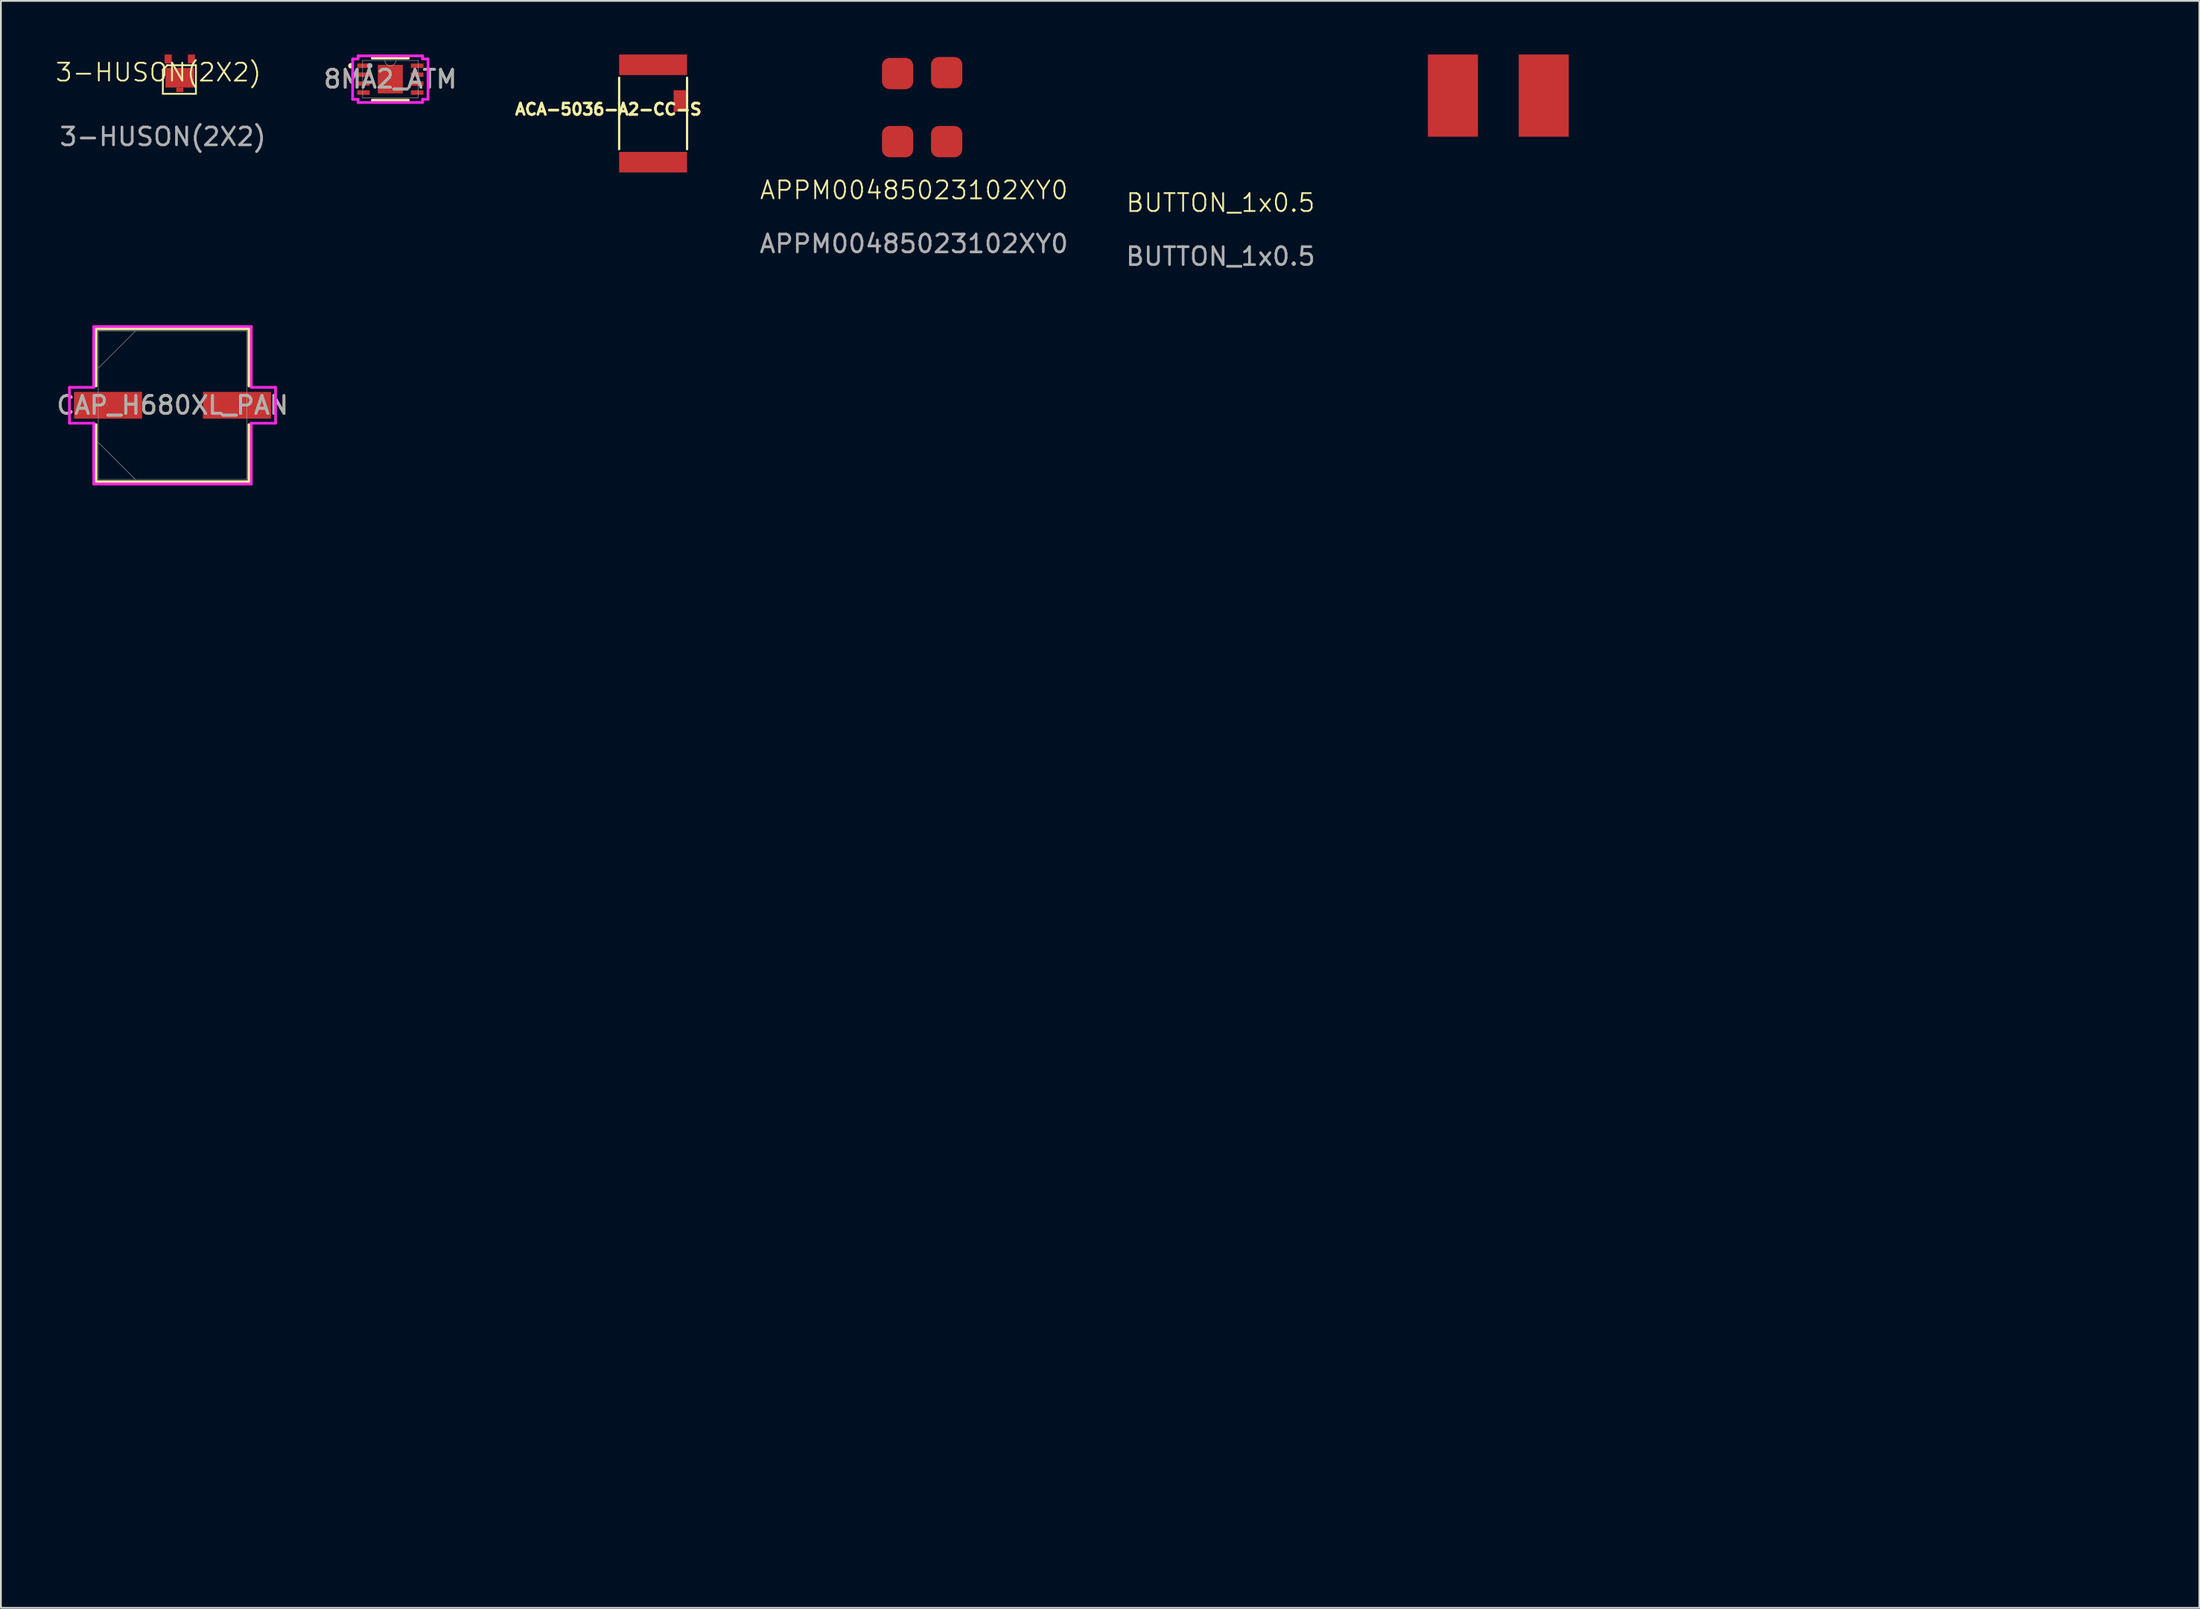
<source format=kicad_pcb>
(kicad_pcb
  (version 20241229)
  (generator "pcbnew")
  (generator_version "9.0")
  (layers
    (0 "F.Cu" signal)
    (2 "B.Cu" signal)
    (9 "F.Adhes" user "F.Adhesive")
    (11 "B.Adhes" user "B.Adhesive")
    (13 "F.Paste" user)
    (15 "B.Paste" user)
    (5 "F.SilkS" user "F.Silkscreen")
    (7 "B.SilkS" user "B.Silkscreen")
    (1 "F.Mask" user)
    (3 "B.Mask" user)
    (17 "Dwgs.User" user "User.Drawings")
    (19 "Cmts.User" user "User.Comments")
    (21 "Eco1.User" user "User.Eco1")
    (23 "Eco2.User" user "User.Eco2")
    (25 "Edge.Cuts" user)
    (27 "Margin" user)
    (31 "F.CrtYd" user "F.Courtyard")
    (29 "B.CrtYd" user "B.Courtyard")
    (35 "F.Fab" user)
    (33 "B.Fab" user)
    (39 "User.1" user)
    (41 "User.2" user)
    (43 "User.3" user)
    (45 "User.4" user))
  (footprint "CAP_H680XL_PAN"
    (layer "F.Cu")
    (at 6.601 19.631)
    (property "Reference" "CAP_H680XL_PAN" (at 0 0 0) (unlocked yes) (layer "F.SilkS") (effects (font (size 1 1) (thickness 0.15))))
    (attr smd)
    (fp_line (start -4.28 -4.28) (end -4.28 -1.082) (stroke (width 0.152) (type solid)) (layer "F.SilkS"))
    (fp_line (start -4.28 1.082) (end -4.28 4.28) (stroke (width 0.152) (type solid)) (layer "F.SilkS"))
    (fp_line (start -4.28 4.28) (end 4.28 4.28) (stroke (width 0.152) (type solid)) (layer "F.SilkS"))
    (fp_line (start 4.28 -4.28) (end -4.28 -4.28) (stroke (width 0.152) (type solid)) (layer "F.SilkS"))
    (fp_line (start 4.28 -1.082) (end 4.28 -4.28) (stroke (width 0.152) (type solid)) (layer "F.SilkS"))
    (fp_line (start 4.28 4.28) (end 4.28 1.082) (stroke (width 0.152) (type solid)) (layer "F.SilkS"))
    (fp_line (start -5.766 -1.003) (end -4.407 -1.003) (stroke (width 0.152) (type solid)) (layer "F.CrtYd"))
    (fp_line (start -5.766 1.003) (end -5.766 -1.003) (stroke (width 0.152) (type solid)) (layer "F.CrtYd"))
    (fp_line (start -4.407 -4.407) (end 4.407 -4.407) (stroke (width 0.152) (type solid)) (layer "F.CrtYd"))
    (fp_line (start -4.407 -1.003) (end -4.407 -4.407) (stroke (width 0.152) (type solid)) (layer "F.CrtYd"))
    (fp_line (start -4.407 1.003) (end -5.766 1.003) (stroke (width 0.152) (type solid)) (layer "F.CrtYd"))
    (fp_line (start -4.407 4.407) (end -4.407 1.003) (stroke (width 0.152) (type solid)) (layer "F.CrtYd"))
    (fp_line (start 4.407 -4.407) (end 4.407 -1.003) (stroke (width 0.152) (type solid)) (layer "F.CrtYd"))
    (fp_line (start 4.407 -1.003) (end 5.766 -1.003) (stroke (width 0.152) (type solid)) (layer "F.CrtYd"))
    (fp_line (start 4.407 1.003) (end 4.407 4.407) (stroke (width 0.152) (type solid)) (layer "F.CrtYd"))
    (fp_line (start 4.407 4.407) (end -4.407 4.407) (stroke (width 0.152) (type solid)) (layer "F.CrtYd"))
    (fp_line (start 5.766 -1.003) (end 5.766 1.003) (stroke (width 0.152) (type solid)) (layer "F.CrtYd"))
    (fp_line (start 5.766 1.003) (end 4.407 1.003) (stroke (width 0.152) (type solid)) (layer "F.CrtYd"))
    (fp_line (start -4.153 -4.153) (end -4.153 4.153) (stroke (width 0.025) (type solid)) (layer "F.Fab"))
    (fp_line (start -4.153 -2.076) (end -2.076 -4.153) (stroke (width 0.025) (type solid)) (layer "F.Fab"))
    (fp_line (start -4.153 2.076) (end -2.076 4.153) (stroke (width 0.025) (type solid)) (layer "F.Fab"))
    (fp_line (start -4.153 4.153) (end 4.153 4.153) (stroke (width 0.025) (type solid)) (layer "F.Fab"))
    (fp_line (start 4.153 -4.153) (end -4.153 -4.153) (stroke (width 0.025) (type solid)) (layer "F.Fab"))
    (fp_line (start 4.153 4.153) (end 4.153 -4.153) (stroke (width 0.025) (type solid)) (layer "F.Fab"))
    (fp_circle (center -3.645 0) (end -3.645 0) (stroke (width 0.025) (type solid)) (fill no) (layer "F.Fab"))
    (fp_text user "${REFERENCE}" (at 0 0 0) (unlocked yes) (layer "F.Fab") (effects (font (size 1 1) (thickness 0.15))))
    (pad "1" smd rect (at -3.607 0) (size 3.81 1.499) (layers "F.Cu" "F.Mask" "F.Paste"))
    (pad "2" smd rect (at 3.607 0) (size 3.81 1.499) (layers "F.Cu" "F.Mask" "F.Paste"))
    (zone (net_name "") (layer "F.Cu") (hatch full 0.508) (connect_pads) (min_thickness 0.254) (filled_areas_thickness no) (keepout (tracks not_allowed) (vias not_allowed) (pads allowed) (copperpour not_allowed) (footprints allowed)) (placement (enabled no)) (fill) (polygon (pts (xy 113.7 82.331) (xy 117.002 82.331) (xy 117.002 83.931) (xy 113.7 83.931)))))
  (footprint "8MA2_ATM"
    (layer "F.Cu")
    (at 18.788 1.38)
    (property "Reference" "8MA2_ATM" (at 0 0 0) (unlocked yes) (layer "F.SilkS") (effects (font (size 1 1) (thickness 0.15))))
    (attr smd)
    (fp_line (start -1.011 1.177) (end 1.011 1.177) (stroke (width 0.152) (type solid)) (layer "F.SilkS"))
    (fp_line (start 1.011 -1.177) (end -1.011 -1.177) (stroke (width 0.152) (type solid)) (layer "F.SilkS"))
    (fp_arc (start -2.18754 -0.676171) (mid -2.2826 -0.75) (end -2.18754 -0.823829) (stroke (width 0.1524) (type solid)) (layer "F.SilkS"))
    (fp_line (start -2.109 -1.129) (end -1.804 -1.129) (stroke (width 0.152) (type solid)) (layer "F.CrtYd"))
    (fp_line (start -2.109 1.129) (end -2.109 -1.129) (stroke (width 0.152) (type solid)) (layer "F.CrtYd"))
    (fp_line (start -2.109 1.129) (end -1.804 1.129) (stroke (width 0.152) (type solid)) (layer "F.CrtYd"))
    (fp_line (start -1.804 -1.304) (end 1.804 -1.304) (stroke (width 0.152) (type solid)) (layer "F.CrtYd"))
    (fp_line (start -1.804 -1.129) (end -1.804 -1.304) (stroke (width 0.152) (type solid)) (layer "F.CrtYd"))
    (fp_line (start -1.804 1.304) (end -1.804 1.129) (stroke (width 0.152) (type solid)) (layer "F.CrtYd"))
    (fp_line (start 1.804 -1.304) (end 1.804 -1.129) (stroke (width 0.152) (type solid)) (layer "F.CrtYd"))
    (fp_line (start 1.804 1.129) (end 1.804 1.304) (stroke (width 0.152) (type solid)) (layer "F.CrtYd"))
    (fp_line (start 1.804 1.304) (end -1.804 1.304) (stroke (width 0.152) (type solid)) (layer "F.CrtYd"))
    (fp_line (start 2.109 -1.129) (end 1.804 -1.129) (stroke (width 0.152) (type solid)) (layer "F.CrtYd"))
    (fp_line (start 2.109 -1.129) (end 2.109 1.129) (stroke (width 0.152) (type solid)) (layer "F.CrtYd"))
    (fp_line (start 2.109 1.129) (end 1.804 1.129) (stroke (width 0.152) (type solid)) (layer "F.CrtYd"))
    (fp_line (start -1.55 -1.05) (end -1.55 1.05) (stroke (width 0.025) (type solid)) (layer "F.Fab"))
    (fp_line (start -1.55 1.05) (end 1.55 1.05) (stroke (width 0.025) (type solid)) (layer "F.Fab"))
    (fp_line (start 1.55 -1.05) (end -1.55 -1.05) (stroke (width 0.025) (type solid)) (layer "F.Fab"))
    (fp_line (start 1.55 1.05) (end 1.55 -1.05) (stroke (width 0.025) (type solid)) (layer "F.Fab"))
    (fp_arc (start 0.3048 -1.05) (mid 0 -0.7452) (end -0.3048 -1.05) (stroke (width 0.0254) (type solid)) (layer "F.Fab"))
    (fp_circle (center -1.15 -0.75) (end -1.15 -0.75) (stroke (width 0.152) (type solid)) (fill no) (layer "F.Fab"))
    (fp_text user "${REFERENCE}" (at 0 0 0) (unlocked yes) (layer "F.Fab") (effects (font (size 1 1) (thickness 0.15))))
    (pad "1" smd rect (at -1.502 -0.75) (size 0.705 0.249) (layers "F.Cu" "F.Mask" "F.Paste"))
    (pad "2" smd rect (at -1.502 -0.25) (size 0.705 0.249) (layers "F.Cu" "F.Mask" "F.Paste"))
    (pad "3" smd rect (at -1.502 0.25) (size 0.705 0.249) (layers "F.Cu" "F.Mask" "F.Paste"))
    (pad "4" smd rect (at -1.502 0.75) (size 0.705 0.249) (layers "F.Cu" "F.Mask" "F.Paste"))
    (pad "5" smd rect (at 1.502 0.75) (size 0.705 0.249) (layers "F.Cu" "F.Mask" "F.Paste"))
    (pad "6" smd rect (at 1.502 0.25) (size 0.705 0.249) (layers "F.Cu" "F.Mask" "F.Paste"))
    (pad "7" smd rect (at 1.502 -0.25) (size 0.705 0.249) (layers "F.Cu" "F.Mask" "F.Paste"))
    (pad "8" smd rect (at 1.502 -0.75) (size 0.705 0.249) (layers "F.Cu" "F.Mask" "F.Paste"))
    (pad "9" smd rect (at 0 0) (size 1.4 1.6) (layers "F.Cu" "F.Mask" "F.Paste")))
  (footprint "BUTTON_1x0.5"
    (layer "F.Cu")
    (at 78.241 2.3)
    (property "Reference" "BUTTON_1x0.5" (at -13 6 0) (unlocked yes) (layer "F.SilkS") (effects (font (size 1 1) (thickness 0.1))))
    (attr smd)
    (fp_text user "${REFERENCE}" (at -13 9 0) (unlocked yes) (layer "F.Fab") (effects (font (size 1 1) (thickness 0.15))))
    (pad "1" smd rect (at 0 0 90) (size 4.6 2.8) (layers "F.Cu" "F.Mask" "F.Paste"))
    (pad "2" smd rect (at 5.08 0 90) (size 4.6 2.8) (layers "F.Cu" "F.Mask" "F.Paste")))
  (footprint "APPM00485023102XY0"
    (layer "F.Cu")
    (at 47.171 4.876)
    (property "Reference" "APPM00485023102XY0" (at 0.914 2.716 0) (unlocked yes) (layer "F.SilkS") (effects (font (size 1 1) (thickness 0.1))))
    (attr smd)
    (fp_line (start -0.914 -4.826) (end 3.708 -4.826) (stroke (width 0.1) (type default)) (layer "Eco2.User"))
    (fp_line (start 3.708 1.016) (end -0.914 1.016) (stroke (width 0.1) (type default)) (layer "Eco2.User"))
    (fp_circle (center -1.27 0.864) (end -1.168 0.965) (stroke (width 0.1) (type default)) (fill no) (layer "Eco2.User"))
    (fp_line (start -0.914 -4.775) (end -0.914 0.965) (stroke (width 0.1) (type default)) (layer "Margin"))
    (fp_line (start -0.914 0.965) (end 3.759 0.965) (stroke (width 0.1) (type default)) (layer "Margin"))
    (fp_line (start 3.759 -4.775) (end -0.914 -4.775) (stroke (width 0.1) (type default)) (layer "Margin"))
    (fp_line (start 3.759 0.965) (end 3.759 -4.775) (stroke (width 0.1) (type default)) (layer "Margin"))
    (fp_text user "${REFERENCE}" (at 0.914 5.716 0) (unlocked yes) (layer "F.Fab") (effects (font (size 1 1) (thickness 0.15))))
    (pad "1" smd roundrect (at 0 0) (size 1.75 1.75) (layers "F.Cu" "F.Mask" "F.Paste") (roundrect_rratio 0.25))
    (pad "2" smd roundrect (at 2.743 0) (size 1.75 1.75) (layers "F.Cu" "F.Mask" "F.Paste") (roundrect_rratio 0.25))
    (pad "3" smd roundrect (at 2.743 -3.861) (size 1.75 1.75) (layers "F.Cu" "F.Mask" "F.Paste") (roundrect_rratio 0.25))
    (pad "4" smd roundrect (at 0 -3.81) (size 1.75 1.75) (layers "F.Cu" "F.Mask" "F.Paste") (roundrect_rratio 0.25)))
  (footprint "3-HUSON(2X2)"
    (layer "F.Cu")
    (at 6.062 2.1)
    (property "Reference" "3-HUSON(2X2)" (at -0.25 -1.1 0) (unlocked yes) (layer "F.SilkS") (effects (font (size 1 1) (thickness 0.1))))
    (attr smd)
    (fp_line (start 0 -1.25) (end 0 0.1) (stroke (width 0.1) (type default)) (layer "F.SilkS"))
    (fp_line (start 0 0.1) (end 1.85 0.1) (stroke (width 0.1) (type default)) (layer "F.SilkS"))
    (fp_line (start 0.255 -1.505) (end -0.005 -1.245) (stroke (width 0.1) (type default)) (layer "F.SilkS"))
    (fp_line (start 1.15 -1.5) (end 0.25 -1.5) (stroke (width 0.1) (type default)) (layer "F.SilkS"))
    (fp_line (start 1.85 -1.5) (end 1.15 -1.5) (stroke (width 0.1) (type default)) (layer "F.SilkS"))
    (fp_line (start 1.85 0.1) (end 1.85 -1.5) (stroke (width 0.1) (type default)) (layer "F.SilkS"))
    (fp_text user "${REFERENCE}" (at 0 2.5 0) (unlocked yes) (layer "F.Fab") (effects (font (size 1 1) (thickness 0.15))))
    (pad "1" smd rect (at 0.3 -1.85 90) (size 0.5 0.4) (layers "F.Cu" "F.Mask" "F.Paste"))
    (pad "2" smd rect (at 1.6 -1.85 90) (size 0.5 0.4) (layers "F.Cu" "F.Mask" "F.Paste"))
    (pad "3" smd rect (at 0.95 -0.8) (size 1.6 1.1) (layers "F.Cu" "F.Mask" "F.Paste"))
    (pad "3" smd rect (at 0.95 -0.125) (size 0.4 0.25) (layers "F.Cu" "F.Mask" "F.Paste")))
  (footprint "ACA-5036-A2-CC-S"
    (layer "F.Cu")
    (at 33.491 3.3)
    (property "Reference" "ACA-5036-A2-CC-S" (at -2.506 -0.232 180) (layer "F.SilkS") (effects (font (size 0.64 0.64) (thickness 0.15))))
    (attr smd)
    (fp_line (start -1.9 -2) (end -1.9 2) (stroke (width 0.127) (type solid)) (layer "F.SilkS"))
    (fp_line (start 1.9 -2) (end 1.9 2) (stroke (width 0.127) (type solid)) (layer "F.SilkS"))
    (pad "FEED" smd rect (at 1.525 -0.7 90) (size 1.2 0.75) (layers "F.Cu" "F.Mask" "F.Paste"))
    (pad "GND1" smd rect (at 0 -2.725) (size 3.8 1.15) (layers "F.Cu" "F.Mask" "F.Paste"))
    (pad "GND2" smd rect (at 0 2.725) (size 3.8 1.15) (layers "F.Cu" "F.Mask" "F.Paste")))
  (gr_rect
    (start -3 -3)
    (end 120.002 86.931)
    (stroke (width 0.1) (type default))
    (fill no)
    (layer "Edge.Cuts")))
</source>
